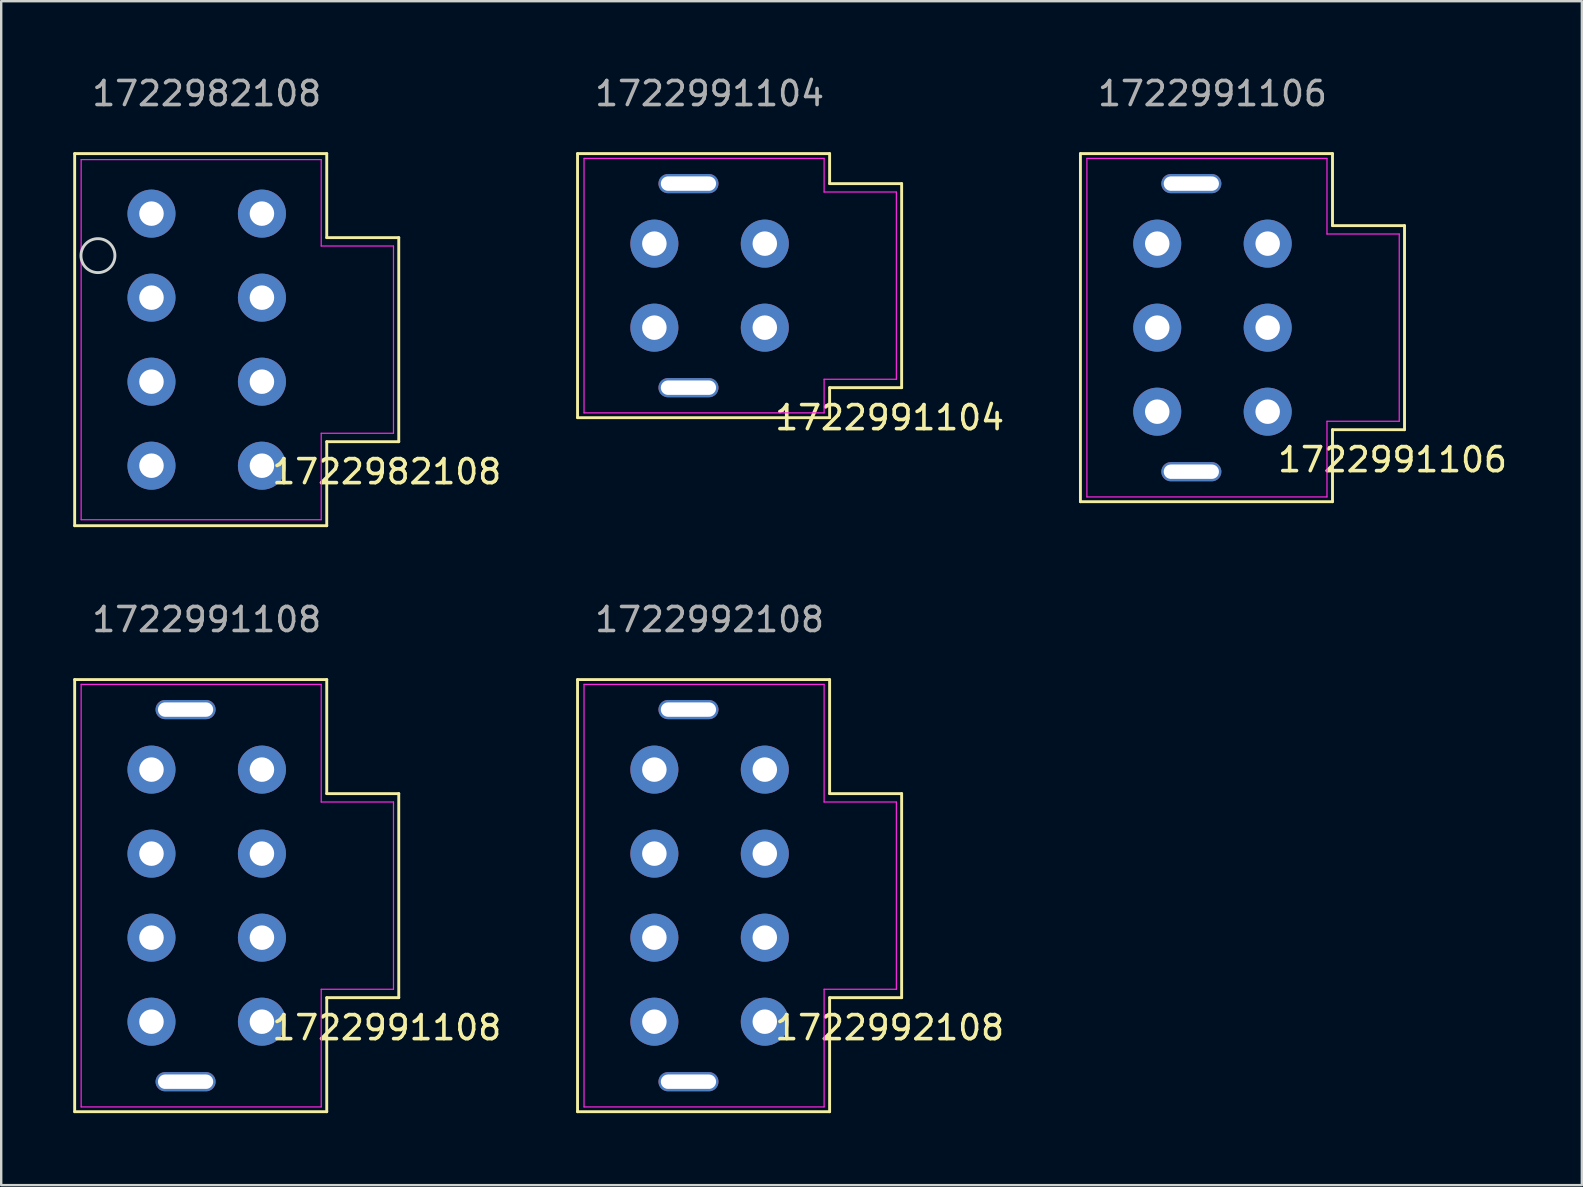
<source format=kicad_pcb>
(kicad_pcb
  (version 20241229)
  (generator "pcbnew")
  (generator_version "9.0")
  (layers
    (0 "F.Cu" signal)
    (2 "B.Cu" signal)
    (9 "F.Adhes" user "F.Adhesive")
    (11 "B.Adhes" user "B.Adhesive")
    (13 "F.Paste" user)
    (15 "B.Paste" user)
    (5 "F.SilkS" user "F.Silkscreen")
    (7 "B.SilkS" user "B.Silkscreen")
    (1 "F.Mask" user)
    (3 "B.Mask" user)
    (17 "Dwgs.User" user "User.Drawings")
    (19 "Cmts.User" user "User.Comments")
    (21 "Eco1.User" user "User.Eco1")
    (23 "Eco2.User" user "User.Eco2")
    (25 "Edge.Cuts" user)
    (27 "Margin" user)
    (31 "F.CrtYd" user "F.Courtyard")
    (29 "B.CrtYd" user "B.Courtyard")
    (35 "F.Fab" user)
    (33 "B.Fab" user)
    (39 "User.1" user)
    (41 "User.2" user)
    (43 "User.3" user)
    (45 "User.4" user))
  (footprint "1722991106"
    (layer "F.Cu")
    (at 47.454 10.598)
    (property "Reference" "1722991106" (at 7.5 5.5 0) (unlocked yes) (layer "F.SilkS") (effects (font (size 1 1) (thickness 0.15))))
    (fp_line (start -5.5 -7.25) (end -5.5 7.25) (stroke (width 0.12) (type solid)) (layer "F.SilkS"))
    (fp_line (start -5.5 7.25) (end 5 7.25) (stroke (width 0.12) (type solid)) (layer "F.SilkS"))
    (fp_line (start 5 -7.25) (end -5.5 -7.25) (stroke (width 0.12) (type solid)) (layer "F.SilkS"))
    (fp_line (start 5 -7.25) (end 5 -4.25) (stroke (width 0.12) (type solid)) (layer "F.SilkS"))
    (fp_line (start 5 -4.25) (end 8 -4.25) (stroke (width 0.12) (type solid)) (layer "F.SilkS"))
    (fp_line (start 5 4.25) (end 5 7.25) (stroke (width 0.12) (type solid)) (layer "F.SilkS"))
    (fp_line (start 8 4.25) (end 5 4.25) (stroke (width 0.12) (type solid)) (layer "F.SilkS"))
    (fp_line (start 8 4.25) (end 8 -4.25) (stroke (width 0.12) (type solid)) (layer "F.SilkS"))
    (fp_line (start -5.23 -7.05) (end -5.23 7.05) (stroke (width 0.05) (type solid)) (layer "F.CrtYd"))
    (fp_line (start -5.23 -7.05) (end 4.77 -7.05) (stroke (width 0.05) (type solid)) (layer "F.CrtYd"))
    (fp_line (start -5.23 7.05) (end 4.77 7.05) (stroke (width 0.05) (type solid)) (layer "F.CrtYd"))
    (fp_line (start 4.77 -3.9) (end 4.77 -7.05) (stroke (width 0.05) (type solid)) (layer "F.CrtYd"))
    (fp_line (start 4.77 3.9) (end 4.77 7.05) (stroke (width 0.05) (type solid)) (layer "F.CrtYd"))
    (fp_line (start 7.78 -3.9) (end 4.77 -3.9) (stroke (width 0.05) (type solid)) (layer "F.CrtYd"))
    (fp_line (start 7.78 -3.9) (end 7.78 3.9) (stroke (width 0.05) (type solid)) (layer "F.CrtYd"))
    (fp_line (start 7.78 3.9) (end 4.77 3.9) (stroke (width 0.05) (type solid)) (layer "F.CrtYd"))
    (fp_text user "${REFERENCE}" (at 0 -9.75 0) (unlocked yes) (layer "F.Fab") (effects (font (size 1 1) (thickness 0.15))))
    (pad "1" thru_hole circle (at -2.3 -3.5) (size 2 2) (drill 1.02) (layers "*.Cu" "*.Mask"))
    (pad "2" thru_hole circle (at 2.3 -3.5) (size 2 2) (drill 1.02) (layers "*.Cu" "*.Mask"))
    (pad "3" thru_hole circle (at -2.3 0) (size 2 2) (drill 1.02) (layers "*.Cu" "*.Mask"))
    (pad "4" thru_hole circle (at 2.3 0) (size 2 2) (drill 1.02) (layers "*.Cu" "*.Mask"))
    (pad "5" thru_hole circle (at -2.3 3.5) (size 2 2) (drill 1.02) (layers "*.Cu" "*.Mask"))
    (pad "6" thru_hole circle (at 2.3 3.5) (size 2 2) (drill 1.02) (layers "*.Cu" "*.Mask"))
    (pad "7" thru_hole oval (at -0.88 -6) (size 2.5 0.8) (drill oval 2.3 0.6) (layers "*.Cu" "*.Mask"))
    (pad "7" thru_hole oval (at -0.88 6) (size 2.5 0.8) (drill oval 2.3 0.6) (layers "*.Cu" "*.Mask")))
  (footprint "1722992108"
    (layer "F.Cu")
    (at 26.507 34.257)
    (property "Reference" "1722992108" (at 7.5 5.5 0) (unlocked yes) (layer "F.SilkS") (effects (font (size 1 1) (thickness 0.15))))
    (fp_line (start -5.5 -9) (end -5.5 9) (stroke (width 0.12) (type solid)) (layer "F.SilkS"))
    (fp_line (start -5.5 9) (end 5 9) (stroke (width 0.12) (type solid)) (layer "F.SilkS"))
    (fp_line (start 5 -9) (end -5.5 -9) (stroke (width 0.12) (type solid)) (layer "F.SilkS"))
    (fp_line (start 5 -9) (end 5 -4.25) (stroke (width 0.12) (type solid)) (layer "F.SilkS"))
    (fp_line (start 5 -4.25) (end 8 -4.25) (stroke (width 0.12) (type solid)) (layer "F.SilkS"))
    (fp_line (start 5 4.25) (end 5 9) (stroke (width 0.12) (type solid)) (layer "F.SilkS"))
    (fp_line (start 8 4.25) (end 5 4.25) (stroke (width 0.12) (type solid)) (layer "F.SilkS"))
    (fp_line (start 8 4.25) (end 8 -4.25) (stroke (width 0.12) (type solid)) (layer "F.SilkS"))
    (fp_line (start -5.23 -8.8) (end -5.23 8.8) (stroke (width 0.05) (type solid)) (layer "F.CrtYd"))
    (fp_line (start -5.23 -8.8) (end 4.77 -8.8) (stroke (width 0.05) (type solid)) (layer "F.CrtYd"))
    (fp_line (start -5.23 8.8) (end 4.77 8.8) (stroke (width 0.05) (type solid)) (layer "F.CrtYd"))
    (fp_line (start 4.77 -3.9) (end 4.77 -8.8) (stroke (width 0.05) (type solid)) (layer "F.CrtYd"))
    (fp_line (start 4.77 3.9) (end 4.77 8.8) (stroke (width 0.05) (type solid)) (layer "F.CrtYd"))
    (fp_line (start 7.78 -3.9) (end 4.77 -3.9) (stroke (width 0.05) (type solid)) (layer "F.CrtYd"))
    (fp_line (start 7.78 -3.9) (end 7.78 3.9) (stroke (width 0.05) (type solid)) (layer "F.CrtYd"))
    (fp_line (start 7.78 3.9) (end 4.77 3.9) (stroke (width 0.05) (type solid)) (layer "F.CrtYd"))
    (fp_text user "${REFERENCE}" (at 0 -11.5 0) (unlocked yes) (layer "F.Fab") (effects (font (size 1 1) (thickness 0.15))))
    (pad "1" thru_hole circle (at -2.3 -5.25) (size 2 2) (drill 1.02) (layers "*.Cu" "*.Mask"))
    (pad "2" thru_hole circle (at 2.3 -5.25) (size 2 2) (drill 1.02) (layers "*.Cu" "*.Mask"))
    (pad "3" thru_hole circle (at -2.3 -1.75) (size 2 2) (drill 1.02) (layers "*.Cu" "*.Mask"))
    (pad "4" thru_hole circle (at 2.3 -1.75) (size 2 2) (drill 1.02) (layers "*.Cu" "*.Mask"))
    (pad "5" thru_hole circle (at -2.3 1.75) (size 2 2) (drill 1.02) (layers "*.Cu" "*.Mask"))
    (pad "6" thru_hole circle (at 2.3 1.75) (size 2 2) (drill 1.02) (layers "*.Cu" "*.Mask"))
    (pad "7" thru_hole circle (at -2.3 5.25) (size 2 2) (drill 1.02) (layers "*.Cu" "*.Mask"))
    (pad "8" thru_hole circle (at 2.3 5.25) (size 2 2) (drill 1.02) (layers "*.Cu" "*.Mask"))
    (pad "9" thru_hole oval (at -0.88 -7.75) (size 2.5 0.8) (drill oval 2.3 0.6) (layers "*.Cu" "*.Mask"))
    (pad "9" thru_hole oval (at -0.88 7.75) (size 2.5 0.8) (drill oval 2.3 0.6) (layers "*.Cu" "*.Mask")))
  (footprint "1722982108"
    (layer "F.Cu")
    (at 5.56 11.098)
    (property "Reference" "1722982108" (at 7.5 5.5 0) (unlocked yes) (layer "F.SilkS") (effects (font (size 1 1) (thickness 0.15))))
    (fp_line (start -5.5 -7.75) (end 5 -7.75) (stroke (width 0.12) (type solid)) (layer "F.SilkS"))
    (fp_line (start -5.5 7.75) (end -5.5 -7.75) (stroke (width 0.12) (type solid)) (layer "F.SilkS"))
    (fp_line (start 5 -7.75) (end 5 -4.25) (stroke (width 0.12) (type solid)) (layer "F.SilkS"))
    (fp_line (start 5 -4.25) (end 8 -4.25) (stroke (width 0.12) (type solid)) (layer "F.SilkS"))
    (fp_line (start 5 4.25) (end 5 7.75) (stroke (width 0.12) (type solid)) (layer "F.SilkS"))
    (fp_line (start 5 7.75) (end -5.5 7.75) (stroke (width 0.12) (type solid)) (layer "F.SilkS"))
    (fp_line (start 8 -4.25) (end 8 4.25) (stroke (width 0.12) (type solid)) (layer "F.SilkS"))
    (fp_line (start 8 4.25) (end 5 4.25) (stroke (width 0.12) (type solid)) (layer "F.SilkS"))
    (fp_circle (center -4.53 -3.5) (end -3.823 -3.5) (stroke (width 0.12) (type solid)) (fill no) (layer "Edge.Cuts"))
    (fp_line (start -5.23 -7.5) (end -5.23 7.5) (stroke (width 0.05) (type solid)) (layer "F.CrtYd"))
    (fp_line (start -5.23 -7.5) (end 4.77 -7.5) (stroke (width 0.05) (type solid)) (layer "F.CrtYd"))
    (fp_line (start -5.23 7.5) (end 4.77 7.5) (stroke (width 0.05) (type solid)) (layer "F.CrtYd"))
    (fp_line (start 4.77 -3.9) (end 4.77 -7.5) (stroke (width 0.05) (type solid)) (layer "F.CrtYd"))
    (fp_line (start 4.77 3.9) (end 4.77 7.5) (stroke (width 0.05) (type solid)) (layer "F.CrtYd"))
    (fp_line (start 7.78 -3.9) (end 4.77 -3.9) (stroke (width 0.05) (type solid)) (layer "F.CrtYd"))
    (fp_line (start 7.78 -3.9) (end 7.78 3.9) (stroke (width 0.05) (type solid)) (layer "F.CrtYd"))
    (fp_line (start 7.78 3.9) (end 4.77 3.9) (stroke (width 0.05) (type solid)) (layer "F.CrtYd"))
    (fp_text user "${REFERENCE}" (at 0 -10.25 0) (unlocked yes) (layer "F.Fab") (effects (font (size 1 1) (thickness 0.15))))
    (pad "1" thru_hole circle (at -2.3 -5.25) (size 2 2) (drill 1.02) (layers "*.Cu" "*.Mask"))
    (pad "2" thru_hole circle (at 2.3 -5.25) (size 2 2) (drill 1.02) (layers "*.Cu" "*.Mask"))
    (pad "3" thru_hole circle (at -2.3 -1.75) (size 2 2) (drill 1.02) (layers "*.Cu" "*.Mask"))
    (pad "4" thru_hole circle (at 2.3 -1.75) (size 2 2) (drill 1.02) (layers "*.Cu" "*.Mask"))
    (pad "5" thru_hole circle (at -2.3 1.75) (size 2 2) (drill 1.02) (layers "*.Cu" "*.Mask"))
    (pad "6" thru_hole circle (at 2.3 1.75) (size 2 2) (drill 1.02) (layers "*.Cu" "*.Mask"))
    (pad "7" thru_hole circle (at -2.3 5.25) (size 2 2) (drill 1.02) (layers "*.Cu" "*.Mask"))
    (pad "8" thru_hole circle (at 2.3 5.25) (size 2 2) (drill 1.02) (layers "*.Cu" "*.Mask")))
  (footprint "1722991104"
    (layer "F.Cu")
    (at 26.507 8.848)
    (property "Reference" "1722991104" (at 7.5 5.5 0) (unlocked yes) (layer "F.SilkS") (effects (font (size 1 1) (thickness 0.15))))
    (fp_line (start -5.5 -5.5) (end -5.5 5.5) (stroke (width 0.12) (type solid)) (layer "F.SilkS"))
    (fp_line (start -5.5 5.5) (end 5 5.5) (stroke (width 0.12) (type solid)) (layer "F.SilkS"))
    (fp_line (start 5 -5.5) (end -5.5 -5.5) (stroke (width 0.12) (type solid)) (layer "F.SilkS"))
    (fp_line (start 5 -5.5) (end 5 -4.25) (stroke (width 0.12) (type solid)) (layer "F.SilkS"))
    (fp_line (start 5 -4.25) (end 8 -4.25) (stroke (width 0.12) (type solid)) (layer "F.SilkS"))
    (fp_line (start 5 4.25) (end 5 5.5) (stroke (width 0.12) (type solid)) (layer "F.SilkS"))
    (fp_line (start 8 4.25) (end 5 4.25) (stroke (width 0.12) (type solid)) (layer "F.SilkS"))
    (fp_line (start 8 4.25) (end 8 -4.25) (stroke (width 0.12) (type solid)) (layer "F.SilkS"))
    (fp_line (start -5.23 -5.3) (end -5.23 5.3) (stroke (width 0.05) (type solid)) (layer "F.CrtYd"))
    (fp_line (start -5.23 -5.3) (end 4.77 -5.3) (stroke (width 0.05) (type solid)) (layer "F.CrtYd"))
    (fp_line (start -5.23 5.3) (end 4.77 5.3) (stroke (width 0.05) (type solid)) (layer "F.CrtYd"))
    (fp_line (start 4.77 -3.9) (end 4.77 -5.3) (stroke (width 0.05) (type solid)) (layer "F.CrtYd"))
    (fp_line (start 4.77 3.9) (end 4.77 5.3) (stroke (width 0.05) (type solid)) (layer "F.CrtYd"))
    (fp_line (start 7.78 -3.9) (end 4.77 -3.9) (stroke (width 0.05) (type solid)) (layer "F.CrtYd"))
    (fp_line (start 7.78 -3.9) (end 7.78 3.9) (stroke (width 0.05) (type solid)) (layer "F.CrtYd"))
    (fp_line (start 7.78 3.9) (end 4.77 3.9) (stroke (width 0.05) (type solid)) (layer "F.CrtYd"))
    (fp_text user "${REFERENCE}" (at 0 -8 0) (unlocked yes) (layer "F.Fab") (effects (font (size 1 1) (thickness 0.15))))
    (pad "1" thru_hole circle (at -2.3 -1.75) (size 2 2) (drill 1.02) (layers "*.Cu" "*.Mask"))
    (pad "2" thru_hole circle (at 2.3 -1.75) (size 2 2) (drill 1.02) (layers "*.Cu" "*.Mask"))
    (pad "3" thru_hole circle (at -2.3 1.75) (size 2 2) (drill 1.02) (layers "*.Cu" "*.Mask"))
    (pad "4" thru_hole circle (at 2.3 1.75) (size 2 2) (drill 1.02) (layers "*.Cu" "*.Mask"))
    (pad "5" thru_hole oval (at -0.88 -4.25) (size 2.5 0.8) (drill oval 2.3 0.6) (layers "*.Cu" "*.Mask"))
    (pad "5" thru_hole oval (at -0.88 4.25) (size 2.5 0.8) (drill oval 2.3 0.6) (layers "*.Cu" "*.Mask")))
  (footprint "1722991108"
    (layer "F.Cu")
    (at 5.56 34.257)
    (property "Reference" "1722991108" (at 7.5 5.5 0) (unlocked yes) (layer "F.SilkS") (effects (font (size 1 1) (thickness 0.15))))
    (fp_line (start -5.5 -9) (end -5.5 9) (stroke (width 0.12) (type solid)) (layer "F.SilkS"))
    (fp_line (start -5.5 9) (end 5 9) (stroke (width 0.12) (type solid)) (layer "F.SilkS"))
    (fp_line (start 5 -9) (end -5.5 -9) (stroke (width 0.12) (type solid)) (layer "F.SilkS"))
    (fp_line (start 5 -9) (end 5 -4.25) (stroke (width 0.12) (type solid)) (layer "F.SilkS"))
    (fp_line (start 5 -4.25) (end 8 -4.25) (stroke (width 0.12) (type solid)) (layer "F.SilkS"))
    (fp_line (start 5 4.25) (end 5 9) (stroke (width 0.12) (type solid)) (layer "F.SilkS"))
    (fp_line (start 8 4.25) (end 5 4.25) (stroke (width 0.12) (type solid)) (layer "F.SilkS"))
    (fp_line (start 8 4.25) (end 8 -4.25) (stroke (width 0.12) (type solid)) (layer "F.SilkS"))
    (fp_line (start -5.23 -8.8) (end -5.23 8.8) (stroke (width 0.05) (type solid)) (layer "F.CrtYd"))
    (fp_line (start -5.23 -8.8) (end 4.77 -8.8) (stroke (width 0.05) (type solid)) (layer "F.CrtYd"))
    (fp_line (start -5.23 8.8) (end 4.77 8.8) (stroke (width 0.05) (type solid)) (layer "F.CrtYd"))
    (fp_line (start 4.77 -3.9) (end 4.77 -8.8) (stroke (width 0.05) (type solid)) (layer "F.CrtYd"))
    (fp_line (start 4.77 3.9) (end 4.77 8.8) (stroke (width 0.05) (type solid)) (layer "F.CrtYd"))
    (fp_line (start 7.78 -3.9) (end 4.77 -3.9) (stroke (width 0.05) (type solid)) (layer "F.CrtYd"))
    (fp_line (start 7.78 -3.9) (end 7.78 3.9) (stroke (width 0.05) (type solid)) (layer "F.CrtYd"))
    (fp_line (start 7.78 3.9) (end 4.77 3.9) (stroke (width 0.05) (type solid)) (layer "F.CrtYd"))
    (fp_text user "${REFERENCE}" (at 0 -11.5 0) (unlocked yes) (layer "F.Fab") (effects (font (size 1 1) (thickness 0.15))))
    (pad "1" thru_hole circle (at -2.3 -5.25) (size 2 2) (drill 1.02) (layers "*.Cu" "*.Mask"))
    (pad "2" thru_hole circle (at 2.3 -5.25) (size 2 2) (drill 1.02) (layers "*.Cu" "*.Mask"))
    (pad "3" thru_hole circle (at -2.3 -1.75) (size 2 2) (drill 1.02) (layers "*.Cu" "*.Mask"))
    (pad "4" thru_hole circle (at 2.3 -1.75) (size 2 2) (drill 1.02) (layers "*.Cu" "*.Mask"))
    (pad "5" thru_hole circle (at -2.3 1.75) (size 2 2) (drill 1.02) (layers "*.Cu" "*.Mask"))
    (pad "6" thru_hole circle (at 2.3 1.75) (size 2 2) (drill 1.02) (layers "*.Cu" "*.Mask"))
    (pad "7" thru_hole circle (at -2.3 5.25) (size 2 2) (drill 1.02) (layers "*.Cu" "*.Mask"))
    (pad "8" thru_hole circle (at 2.3 5.25) (size 2 2) (drill 1.02) (layers "*.Cu" "*.Mask"))
    (pad "9" thru_hole oval (at -0.88 -7.75) (size 2.5 0.8) (drill oval 2.3 0.6) (layers "*.Cu" "*.Mask"))
    (pad "9" thru_hole oval (at -0.88 7.75) (size 2.5 0.8) (drill oval 2.3 0.6) (layers "*.Cu" "*.Mask")))
  (gr_rect
    (start -3 -3)
    (end 62.841 46.316)
    (stroke (width 0.1) (type default))
    (fill no)
    (layer "Edge.Cuts")))
</source>
